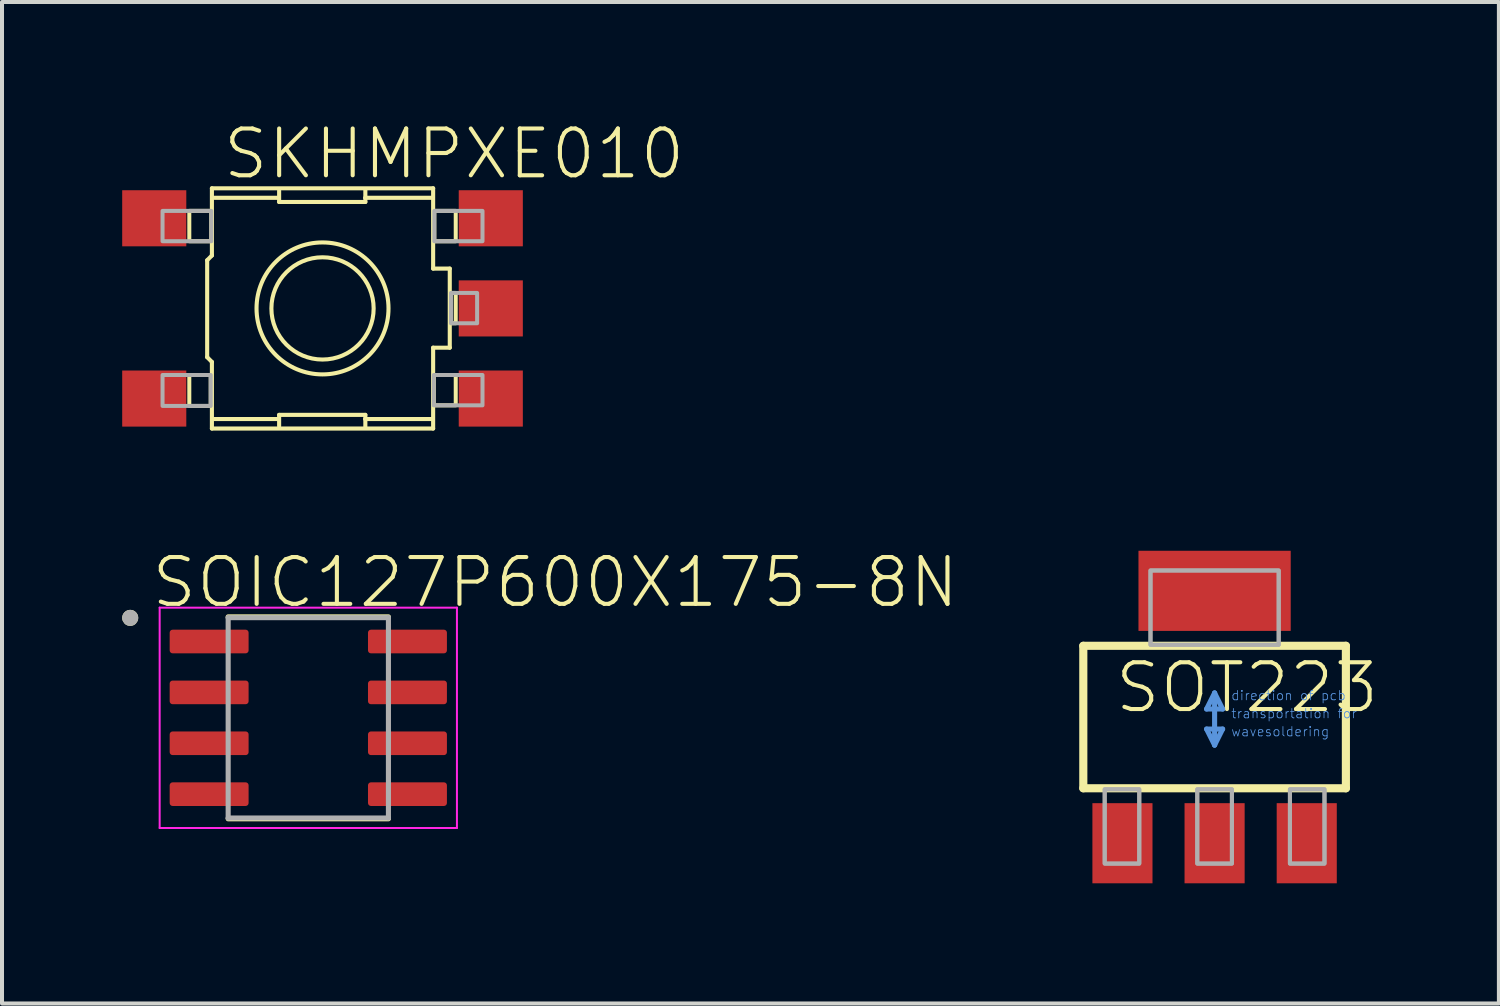
<source format=kicad_pcb>
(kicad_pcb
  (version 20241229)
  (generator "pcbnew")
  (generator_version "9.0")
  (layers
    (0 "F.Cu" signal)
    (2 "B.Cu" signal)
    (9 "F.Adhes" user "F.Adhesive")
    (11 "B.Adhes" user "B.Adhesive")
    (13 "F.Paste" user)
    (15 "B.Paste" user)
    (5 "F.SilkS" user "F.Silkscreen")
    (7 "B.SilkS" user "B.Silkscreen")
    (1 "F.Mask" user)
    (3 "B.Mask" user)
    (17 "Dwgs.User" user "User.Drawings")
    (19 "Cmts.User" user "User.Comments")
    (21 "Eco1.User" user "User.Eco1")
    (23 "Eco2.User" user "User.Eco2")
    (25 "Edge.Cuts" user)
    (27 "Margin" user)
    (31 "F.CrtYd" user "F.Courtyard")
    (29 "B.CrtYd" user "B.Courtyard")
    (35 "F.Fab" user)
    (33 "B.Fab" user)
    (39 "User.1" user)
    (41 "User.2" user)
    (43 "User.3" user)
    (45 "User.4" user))
  (footprint "SOIC127P600X175-8N"
    (layer "F.Cu")
    (at 4.645 14.867)
    (property "Reference" "SOIC127P600X175-8N" (at -3.97 -2.697 0) (layer "F.SilkS") (effects (font (size 1.168 1.168) (thickness 0.102)) (justify left bottom)))
    (fp_line (start -2 -2.52) (end 2 -2.52) (stroke (width 0.127) (type solid)) (layer "F.SilkS"))
    (fp_line (start -2 2.52) (end 2 2.52) (stroke (width 0.127) (type solid)) (layer "F.SilkS"))
    (fp_circle (center -4.445 -2.495) (end -4.345 -2.495) (stroke (width 0.2) (type solid)) (fill no) (layer "F.SilkS"))
    (fp_line (start -3.71 -2.75) (end -3.71 2.75) (stroke (width 0.05) (type solid)) (layer "F.CrtYd"))
    (fp_line (start -3.71 -2.75) (end 3.71 -2.75) (stroke (width 0.05) (type solid)) (layer "F.CrtYd"))
    (fp_line (start -3.71 2.75) (end 3.71 2.75) (stroke (width 0.05) (type solid)) (layer "F.CrtYd"))
    (fp_line (start 3.71 -2.75) (end 3.71 2.75) (stroke (width 0.05) (type solid)) (layer "F.CrtYd"))
    (fp_line (start -2 -2.5) (end -2 2.5) (stroke (width 0.127) (type solid)) (layer "F.Fab"))
    (fp_line (start -2 -2.5) (end 2 -2.5) (stroke (width 0.127) (type solid)) (layer "F.Fab"))
    (fp_line (start -2 2.5) (end 2 2.5) (stroke (width 0.127) (type solid)) (layer "F.Fab"))
    (fp_line (start 2 -2.5) (end 2 2.5) (stroke (width 0.127) (type solid)) (layer "F.Fab"))
    (fp_circle (center -4.445 -2.495) (end -4.345 -2.495) (stroke (width 0.2) (type solid)) (fill no) (layer "F.Fab"))
    (pad "1" smd roundrect (at -2.475 -1.905) (size 1.97 0.59) (layers "F.Cu" "F.Mask" "F.Paste") (roundrect_rratio 0.125))
    (pad "2" smd roundrect (at -2.475 -0.635) (size 1.97 0.59) (layers "F.Cu" "F.Mask" "F.Paste") (roundrect_rratio 0.125))
    (pad "3" smd roundrect (at -2.475 0.635) (size 1.97 0.59) (layers "F.Cu" "F.Mask" "F.Paste") (roundrect_rratio 0.125))
    (pad "4" smd roundrect (at -2.475 1.905) (size 1.97 0.59) (layers "F.Cu" "F.Mask" "F.Paste") (roundrect_rratio 0.125))
    (pad "5" smd roundrect (at 2.475 1.905) (size 1.97 0.59) (layers "F.Cu" "F.Mask" "F.Paste") (roundrect_rratio 0.125))
    (pad "6" smd roundrect (at 2.475 0.635) (size 1.97 0.59) (layers "F.Cu" "F.Mask" "F.Paste") (roundrect_rratio 0.125))
    (pad "7" smd roundrect (at 2.475 -0.635) (size 1.97 0.59) (layers "F.Cu" "F.Mask" "F.Paste") (roundrect_rratio 0.125))
    (pad "8" smd roundrect (at 2.475 -1.905) (size 1.97 0.59) (layers "F.Cu" "F.Mask" "F.Paste") (roundrect_rratio 0.125)))
  (footprint "SKHMPXE010"
    (layer "F.Cu")
    (at 5 4.648)
    (property "Reference" "SKHMPXE010" (at -2.54 -3.175 0) (layer "F.SilkS") (effects (font (size 1.168 1.168) (thickness 0.102)) (justify left bottom)))
    (fp_line (start -2.879 -1.202) (end -2.761 -1.321) (stroke (width 0.102) (type solid)) (layer "F.SilkS"))
    (fp_line (start -2.879 1.217) (end -2.879 -1.202) (stroke (width 0.102) (type solid)) (layer "F.SilkS"))
    (fp_line (start -2.761 -2.998) (end 2.761 -2.998) (stroke (width 0.102) (type solid)) (layer "F.SilkS"))
    (fp_line (start -2.761 -1.321) (end -2.761 -2.998) (stroke (width 0.102) (type solid)) (layer "F.SilkS"))
    (fp_line (start -2.761 1.336) (end -2.879 1.217) (stroke (width 0.102) (type solid)) (layer "F.SilkS"))
    (fp_line (start -2.761 2.998) (end -2.761 1.336) (stroke (width 0.102) (type solid)) (layer "F.SilkS"))
    (fp_line (start -1.128 -2.761) (end -2.701 -2.761) (stroke (width 0.102) (type solid)) (layer "F.SilkS"))
    (fp_line (start -1.128 2.761) (end -2.701 2.761) (stroke (width 0.102) (type solid)) (layer "F.SilkS"))
    (fp_line (start -1.083 -2.657) (end -1.083 -2.939) (stroke (width 0.102) (type solid)) (layer "F.SilkS"))
    (fp_line (start -1.083 2.657) (end -1.083 2.939) (stroke (width 0.102) (type solid)) (layer "F.SilkS"))
    (fp_line (start 1.069 -2.761) (end 1.069 -2.954) (stroke (width 0.102) (type solid)) (layer "F.SilkS"))
    (fp_line (start 1.069 -2.761) (end 1.069 -2.657) (stroke (width 0.102) (type solid)) (layer "F.SilkS"))
    (fp_line (start 1.069 -2.657) (end -1.083 -2.657) (stroke (width 0.102) (type solid)) (layer "F.SilkS"))
    (fp_line (start 1.069 2.657) (end -1.083 2.657) (stroke (width 0.102) (type solid)) (layer "F.SilkS"))
    (fp_line (start 1.069 2.761) (end 1.069 2.657) (stroke (width 0.102) (type solid)) (layer "F.SilkS"))
    (fp_line (start 1.069 2.761) (end 1.069 2.954) (stroke (width 0.102) (type solid)) (layer "F.SilkS"))
    (fp_line (start 2.716 -2.761) (end 1.069 -2.761) (stroke (width 0.102) (type solid)) (layer "F.SilkS"))
    (fp_line (start 2.716 2.761) (end 1.069 2.761) (stroke (width 0.102) (type solid)) (layer "F.SilkS"))
    (fp_line (start 2.761 -2.998) (end 2.761 -0.994) (stroke (width 0.102) (type solid)) (layer "F.SilkS"))
    (fp_line (start 2.761 -0.994) (end 3.176 -0.994) (stroke (width 0.102) (type solid)) (layer "F.SilkS"))
    (fp_line (start 2.761 0.98) (end 2.761 2.998) (stroke (width 0.102) (type solid)) (layer "F.SilkS"))
    (fp_line (start 2.761 2.998) (end -2.761 2.998) (stroke (width 0.102) (type solid)) (layer "F.SilkS"))
    (fp_line (start 3.176 -0.994) (end 3.176 0.98) (stroke (width 0.102) (type solid)) (layer "F.SilkS"))
    (fp_line (start 3.176 0.98) (end 2.761 0.98) (stroke (width 0.102) (type solid)) (layer "F.SilkS"))
    (fp_circle (center 0 0) (end 1.276 0) (stroke (width 0.102) (type solid)) (fill no) (layer "F.SilkS"))
    (fp_circle (center 0 0) (end 1.647 0) (stroke (width 0.102) (type solid)) (fill no) (layer "F.SilkS"))
    (fp_poly (pts (xy -3.325 -1.677) (xy -2.776 -1.677) (xy -2.776 -2.434) (xy -3.325 -2.434)) (stroke (width 0.1) (type solid)) (fill no) (layer "F.SilkS"))
    (fp_poly (pts (xy -3.325 2.434) (xy -2.79 2.434) (xy -2.79 1.662) (xy -3.325 1.662)) (stroke (width 0.1) (type solid)) (fill no) (layer "F.SilkS"))
    (fp_poly (pts (xy 2.776 2.419) (xy 3.325 2.419) (xy 3.325 1.662) (xy 2.776 1.662)) (stroke (width 0.1) (type solid)) (fill no) (layer "F.SilkS"))
    (fp_poly (pts (xy 2.79 -1.677) (xy 3.325 -1.677) (xy 3.325 -2.434) (xy 2.79 -2.434)) (stroke (width 0.1) (type solid)) (fill no) (layer "F.SilkS"))
    (fp_poly (pts (xy 3.191 0.371) (xy 3.325 0.371) (xy 3.325 -0.386) (xy 3.191 -0.386)) (stroke (width 0.1) (type solid)) (fill no) (layer "F.SilkS"))
    (fp_poly (pts (xy -3.993 -1.677) (xy -2.776 -1.677) (xy -2.776 -2.434) (xy -3.993 -2.434)) (stroke (width 0.1) (type solid)) (fill no) (layer "F.Fab"))
    (fp_poly (pts (xy -3.993 2.434) (xy -2.79 2.434) (xy -2.79 1.662) (xy -3.993 1.662)) (stroke (width 0.1) (type solid)) (fill no) (layer "F.Fab"))
    (fp_poly (pts (xy 2.776 2.419) (xy 3.993 2.419) (xy 3.993 1.662) (xy 2.776 1.662)) (stroke (width 0.1) (type solid)) (fill no) (layer "F.Fab"))
    (fp_poly (pts (xy 2.79 -1.677) (xy 3.993 -1.677) (xy 3.993 -2.434) (xy 2.79 -2.434)) (stroke (width 0.1) (type solid)) (fill no) (layer "F.Fab"))
    (fp_poly (pts (xy 3.206 0.371) (xy 3.859 0.371) (xy 3.859 -0.386) (xy 3.206 -0.386)) (stroke (width 0.1) (type solid)) (fill no) (layer "F.Fab"))
    (pad "1" smd rect (at -4.2 -2.25) (size 1.6 1.4) (layers "F.Cu" "F.Mask" "F.Paste"))
    (pad "2" smd rect (at 4.2 -2.25) (size 1.6 1.4) (layers "F.Cu" "F.Mask" "F.Paste"))
    (pad "3" smd rect (at -4.2 2.25) (size 1.6 1.4) (layers "F.Cu" "F.Mask" "F.Paste"))
    (pad "4" smd rect (at 4.2 2.25) (size 1.6 1.4) (layers "F.Cu" "F.Mask" "F.Paste"))
    (pad "5" smd rect (at 4.2 0) (size 1.6 1.4) (layers "F.Cu" "F.Mask" "F.Paste")))
  (footprint "SOT223"
    (layer "F.Cu")
    (at 27.266 14.847)
    (property "Reference" "SOT223" (at -2.54 -0.051 0) (layer "F.SilkS") (effects (font (size 1.168 1.168) (thickness 0.102)) (justify left bottom)))
    (fp_line (start -3.277 -1.778) (end 3.277 -1.778) (stroke (width 0.203) (type solid)) (layer "F.SilkS"))
    (fp_line (start -3.277 1.778) (end -3.277 -1.778) (stroke (width 0.203) (type solid)) (layer "F.SilkS"))
    (fp_line (start 3.277 -1.778) (end 3.277 1.778) (stroke (width 0.203) (type solid)) (layer "F.SilkS"))
    (fp_line (start 3.277 1.778) (end -3.277 1.778) (stroke (width 0.203) (type solid)) (layer "F.SilkS"))
    (fp_line (start -0.2 -0.2) (end 0.2 -0.2) (stroke (width 0.127) (type solid)) (layer "Cmts.User"))
    (fp_line (start -0.2 0.3) (end 0 0.7) (stroke (width 0.127) (type solid)) (layer "Cmts.User"))
    (fp_line (start 0 -0.6) (end -0.2 -0.2) (stroke (width 0.127) (type solid)) (layer "Cmts.User"))
    (fp_line (start 0 0.7) (end 0 -0.6) (stroke (width 0.127) (type solid)) (layer "Cmts.User"))
    (fp_line (start 0 0.7) (end 0.2 0.3) (stroke (width 0.127) (type solid)) (layer "Cmts.User"))
    (fp_line (start 0.2 -0.2) (end 0 -0.6) (stroke (width 0.127) (type solid)) (layer "Cmts.User"))
    (fp_line (start 0.2 0.3) (end -0.2 0.3) (stroke (width 0.127) (type solid)) (layer "Cmts.User"))
    (fp_poly (pts (xy -2.743 1.803) (xy -2.743 3.658) (xy -1.88 3.658) (xy -1.88 1.803)) (stroke (width 0.1) (type solid)) (fill no) (layer "F.Fab"))
    (fp_poly (pts (xy -2.743 1.803) (xy -2.743 3.658) (xy -1.88 3.658) (xy -1.88 1.803)) (stroke (width 0.1) (type solid)) (fill no) (layer "F.Fab"))
    (fp_poly (pts (xy -1.6 -3.658) (xy -1.6 -1.803) (xy 1.6 -1.803) (xy 1.6 -3.658)) (stroke (width 0.1) (type solid)) (fill no) (layer "F.Fab"))
    (fp_poly (pts (xy -1.6 -3.658) (xy -1.6 -1.803) (xy 1.6 -1.803) (xy 1.6 -3.658)) (stroke (width 0.1) (type solid)) (fill no) (layer "F.Fab"))
    (fp_poly (pts (xy -0.432 1.803) (xy -0.432 3.658) (xy 0.432 3.658) (xy 0.432 1.803)) (stroke (width 0.1) (type solid)) (fill no) (layer "F.Fab"))
    (fp_poly (pts (xy -0.432 1.803) (xy -0.432 3.658) (xy 0.432 3.658) (xy 0.432 1.803)) (stroke (width 0.1) (type solid)) (fill no) (layer "F.Fab"))
    (fp_poly (pts (xy 1.88 1.803) (xy 1.88 3.658) (xy 2.743 3.658) (xy 2.743 1.803)) (stroke (width 0.1) (type solid)) (fill no) (layer "F.Fab"))
    (fp_poly (pts (xy 1.88 1.803) (xy 1.88 3.658) (xy 2.743 3.658) (xy 2.743 1.803)) (stroke (width 0.1) (type solid)) (fill no) (layer "F.Fab"))
    (fp_text user "transportation for" (at 0.4 0.05 0) (layer "Cmts.User") (effects (font (size 0.234 0.234) (thickness 0.02)) (justify left bottom)))
    (fp_text user "direction of pcb" (at 0.4 -0.4 0) (layer "Cmts.User") (effects (font (size 0.234 0.234) (thickness 0.02)) (justify left bottom)))
    (fp_text user "wavesoldering" (at 0.4 0.5 0) (layer "Cmts.User") (effects (font (size 0.234 0.234) (thickness 0.02)) (justify left bottom)))
    (pad "1" smd rect (at -2.3 3.15) (size 1.5 2) (layers "F.Cu" "F.Mask" "F.Paste"))
    (pad "2" smd rect (at 0 3.15) (size 1.5 2) (layers "F.Cu" "F.Mask" "F.Paste"))
    (pad "3" smd rect (at 2.3 3.15) (size 1.5 2) (layers "F.Cu" "F.Mask" "F.Paste"))
    (pad "4" smd rect (at 0 -3.15) (size 3.8 2) (layers "F.Cu" "F.Mask" "F.Paste")))
  (gr_rect
    (start -3 -3)
    (end 34.362 21.997)
    (stroke (width 0.1) (type default))
    (fill no)
    (layer "Edge.Cuts")))
</source>
